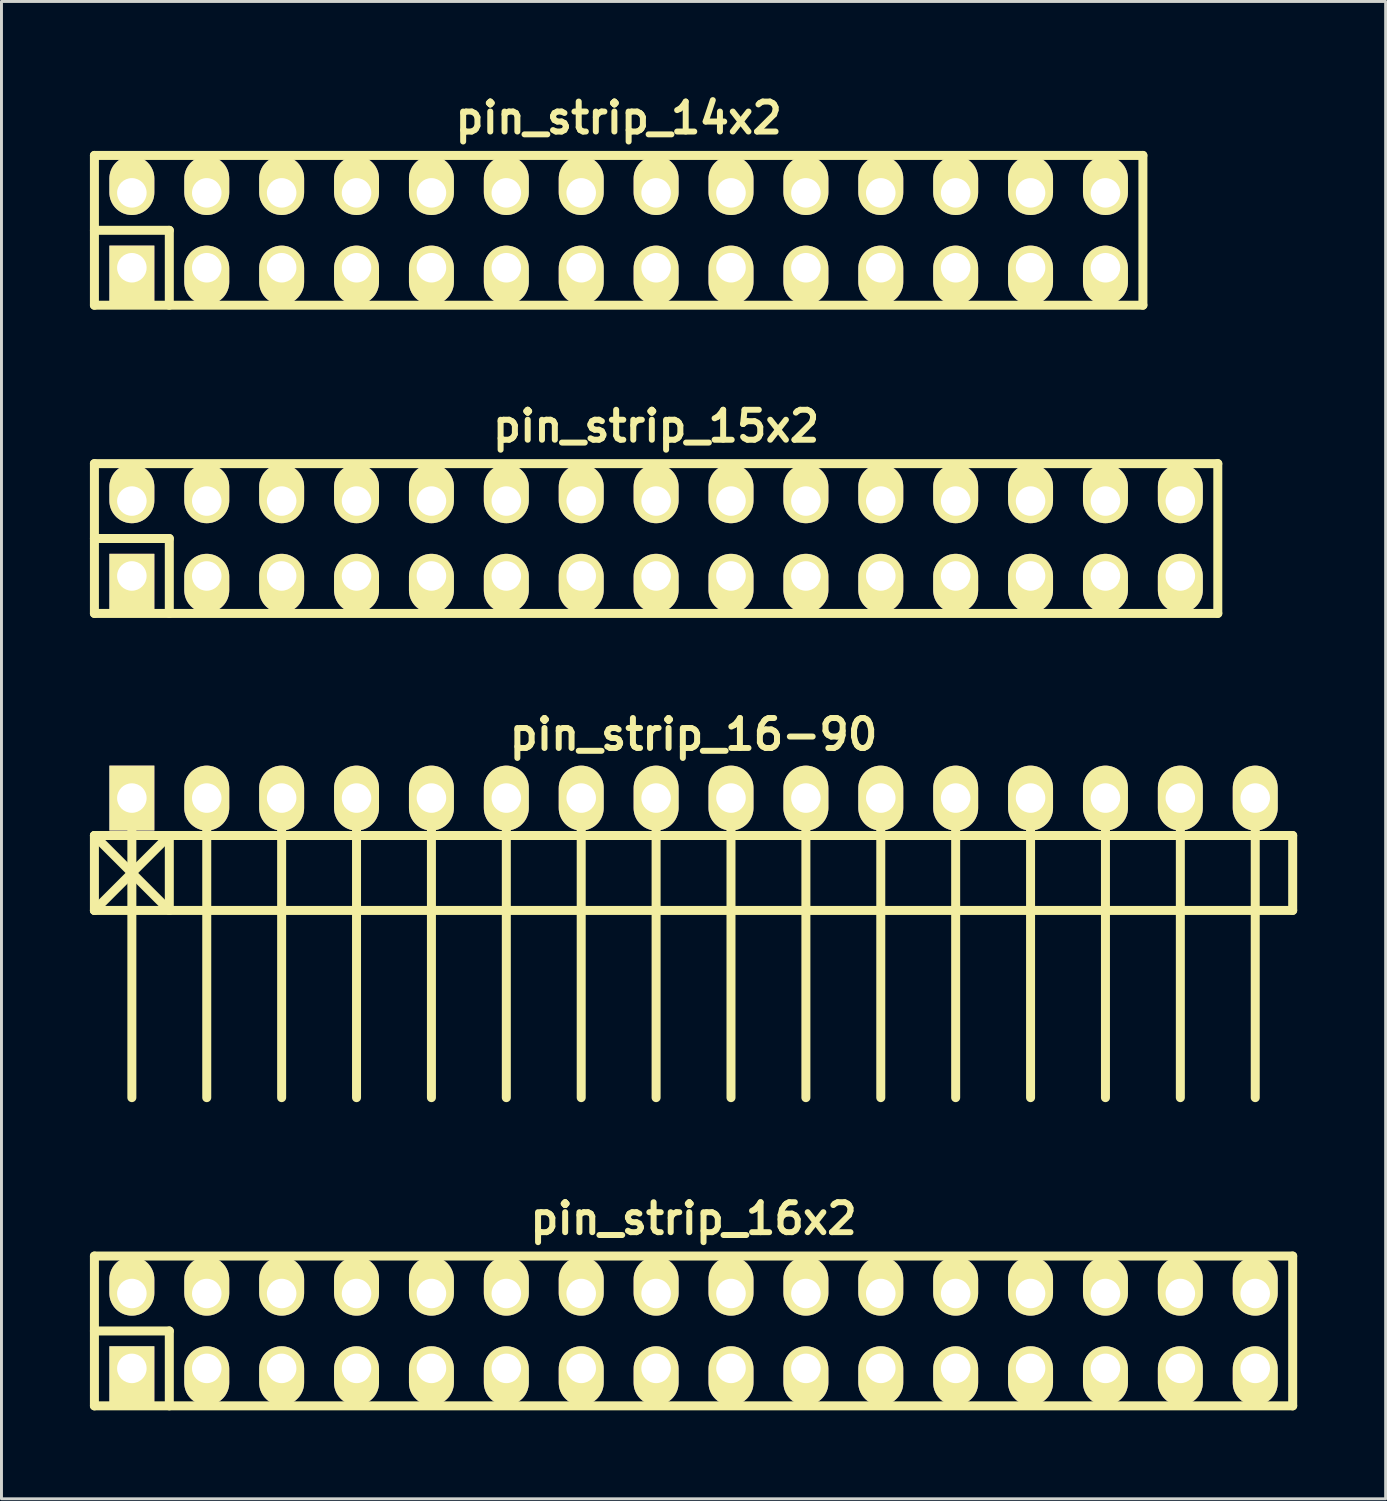
<source format=kicad_pcb>
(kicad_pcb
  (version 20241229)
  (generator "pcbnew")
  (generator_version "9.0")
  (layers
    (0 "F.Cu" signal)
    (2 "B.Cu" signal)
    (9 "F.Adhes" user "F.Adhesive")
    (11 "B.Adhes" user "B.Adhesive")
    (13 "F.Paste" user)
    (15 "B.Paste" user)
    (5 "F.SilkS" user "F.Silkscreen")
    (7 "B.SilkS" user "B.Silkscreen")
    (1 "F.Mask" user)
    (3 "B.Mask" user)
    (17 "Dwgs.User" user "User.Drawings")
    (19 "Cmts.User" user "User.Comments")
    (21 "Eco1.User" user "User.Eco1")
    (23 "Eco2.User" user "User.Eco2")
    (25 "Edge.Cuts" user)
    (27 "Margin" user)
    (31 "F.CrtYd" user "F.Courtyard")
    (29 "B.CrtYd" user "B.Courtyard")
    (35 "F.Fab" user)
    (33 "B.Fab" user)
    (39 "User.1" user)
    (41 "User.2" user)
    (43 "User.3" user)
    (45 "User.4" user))
  (footprint "pin_strip_15x2"
    (layer "F.Cu")
    (at 19.202 15.214)
    (property "Reference" "pin_strip_15x2" (at 0 -3.81 0) (layer "F.SilkS") (effects (font (size 1.016 1.016) (thickness 0.203))))
    (attr through_hole)
    (fp_line (start -19.05 -2.54) (end -19.05 2.54) (stroke (width 0.305) (type solid)) (layer "F.SilkS"))
    (fp_line (start -19.05 -2.54) (end 19.05 -2.54) (stroke (width 0.305) (type solid)) (layer "F.SilkS"))
    (fp_line (start -19.05 0) (end -16.51 0) (stroke (width 0.305) (type solid)) (layer "F.SilkS"))
    (fp_line (start -16.51 0) (end -16.51 2.54) (stroke (width 0.305) (type solid)) (layer "F.SilkS"))
    (fp_line (start 19.05 2.54) (end -19.05 2.54) (stroke (width 0.305) (type solid)) (layer "F.SilkS"))
    (fp_line (start 19.05 2.54) (end 19.05 -2.54) (stroke (width 0.305) (type solid)) (layer "F.SilkS"))
    (pad "1" thru_hole rect (at -17.78 1.27) (size 1.524 1.999) (drill 1.001 (offset 0 0.249)) (layers "*.Cu" "*.Mask" "F.SilkS"))
    (pad "2" thru_hole oval (at -17.78 -1.27) (size 1.524 1.999) (drill 1.001 (offset 0 -0.249)) (layers "*.Cu" "*.Mask" "F.SilkS"))
    (pad "3" thru_hole oval (at -15.24 1.27) (size 1.524 1.999) (drill 1.001 (offset 0 0.249)) (layers "*.Cu" "*.Mask" "F.SilkS"))
    (pad "4" thru_hole oval (at -15.24 -1.27) (size 1.524 1.999) (drill 1.001 (offset 0 -0.249)) (layers "*.Cu" "*.Mask" "F.SilkS"))
    (pad "5" thru_hole oval (at -12.7 1.27) (size 1.524 1.999) (drill 1.001 (offset 0 0.249)) (layers "*.Cu" "*.Mask" "F.SilkS"))
    (pad "6" thru_hole oval (at -12.7 -1.27) (size 1.524 1.999) (drill 1.001 (offset 0 -0.249)) (layers "*.Cu" "*.Mask" "F.SilkS"))
    (pad "7" thru_hole oval (at -10.16 1.27) (size 1.524 1.999) (drill 1.001 (offset 0 0.249)) (layers "*.Cu" "*.Mask" "F.SilkS"))
    (pad "8" thru_hole oval (at -10.16 -1.27) (size 1.524 1.999) (drill 1.001 (offset 0 -0.249)) (layers "*.Cu" "*.Mask" "F.SilkS"))
    (pad "9" thru_hole oval (at -7.62 1.27) (size 1.524 1.999) (drill 1.001 (offset 0 0.249)) (layers "*.Cu" "*.Mask" "F.SilkS"))
    (pad "10" thru_hole oval (at -7.62 -1.27) (size 1.524 1.999) (drill 1.001 (offset 0 -0.249)) (layers "*.Cu" "*.Mask" "F.SilkS"))
    (pad "11" thru_hole oval (at -5.08 1.27) (size 1.524 1.999) (drill 1.001 (offset 0 0.249)) (layers "*.Cu" "*.Mask" "F.SilkS"))
    (pad "12" thru_hole oval (at -5.08 -1.27) (size 1.524 1.999) (drill 1.001 (offset 0 -0.249)) (layers "*.Cu" "*.Mask" "F.SilkS"))
    (pad "13" thru_hole oval (at -2.54 1.27) (size 1.524 1.999) (drill 1.001 (offset 0 0.249)) (layers "*.Cu" "*.Mask" "F.SilkS"))
    (pad "14" thru_hole oval (at -2.54 -1.27) (size 1.524 1.999) (drill 1.001 (offset 0 -0.249)) (layers "*.Cu" "*.Mask" "F.SilkS"))
    (pad "15" thru_hole oval (at 0 1.27) (size 1.524 1.999) (drill 1.001 (offset 0 0.249)) (layers "*.Cu" "*.Mask" "F.SilkS"))
    (pad "16" thru_hole oval (at 0 -1.27) (size 1.524 1.999) (drill 1.001 (offset 0 -0.249)) (layers "*.Cu" "*.Mask" "F.SilkS"))
    (pad "17" thru_hole oval (at 2.54 1.27) (size 1.524 1.999) (drill 1.001 (offset 0 0.249)) (layers "*.Cu" "*.Mask" "F.SilkS"))
    (pad "18" thru_hole oval (at 2.54 -1.27) (size 1.524 1.999) (drill 1.001 (offset 0 -0.249)) (layers "*.Cu" "*.Mask" "F.SilkS"))
    (pad "19" thru_hole oval (at 5.08 1.27) (size 1.524 1.999) (drill 1.001 (offset 0 0.249)) (layers "*.Cu" "*.Mask" "F.SilkS"))
    (pad "20" thru_hole oval (at 5.08 -1.27) (size 1.524 1.999) (drill 1.001 (offset 0 -0.249)) (layers "*.Cu" "*.Mask" "F.SilkS"))
    (pad "21" thru_hole oval (at 7.62 1.27) (size 1.524 1.999) (drill 1.001 (offset 0 0.249)) (layers "*.Cu" "*.Mask" "F.SilkS"))
    (pad "22" thru_hole oval (at 7.62 -1.27) (size 1.524 1.999) (drill 1.001 (offset 0 -0.249)) (layers "*.Cu" "*.Mask" "F.SilkS"))
    (pad "23" thru_hole oval (at 10.16 1.27) (size 1.524 1.999) (drill 1.001 (offset 0 0.249)) (layers "*.Cu" "*.Mask" "F.SilkS"))
    (pad "24" thru_hole oval (at 10.16 -1.27) (size 1.524 1.999) (drill 1.001 (offset 0 -0.249)) (layers "*.Cu" "*.Mask" "F.SilkS"))
    (pad "25" thru_hole oval (at 12.7 1.27) (size 1.524 1.999) (drill 1.001 (offset 0 0.249)) (layers "*.Cu" "*.Mask" "F.SilkS"))
    (pad "26" thru_hole oval (at 12.7 -1.27) (size 1.524 1.999) (drill 1.001 (offset 0 -0.249)) (layers "*.Cu" "*.Mask" "F.SilkS"))
    (pad "27" thru_hole oval (at 15.24 1.27) (size 1.524 1.999) (drill 1.001 (offset 0 0.249)) (layers "*.Cu" "*.Mask" "F.SilkS"))
    (pad "28" thru_hole oval (at 15.24 -1.27) (size 1.524 1.999) (drill 1.001 (offset 0 -0.249)) (layers "*.Cu" "*.Mask" "F.SilkS"))
    (pad "29" thru_hole oval (at 17.78 1.27) (size 1.524 1.999) (drill 1.001 (offset 0 0.249)) (layers "*.Cu" "*.Mask" "F.SilkS"))
    (pad "30" thru_hole oval (at 17.78 -1.27) (size 1.524 1.999) (drill 1.001 (offset 0 -0.249)) (layers "*.Cu" "*.Mask" "F.SilkS")))
  (footprint "pin_strip_16x2"
    (layer "F.Cu")
    (at 20.472 42.09)
    (property "Reference" "pin_strip_16x2" (at 0 -3.81 0) (layer "F.SilkS") (effects (font (size 1.016 1.016) (thickness 0.203))))
    (attr through_hole)
    (fp_line (start -20.32 -2.54) (end -20.32 2.54) (stroke (width 0.305) (type solid)) (layer "F.SilkS"))
    (fp_line (start -20.32 -2.54) (end 20.32 -2.54) (stroke (width 0.305) (type solid)) (layer "F.SilkS"))
    (fp_line (start -20.32 0) (end -17.78 0) (stroke (width 0.305) (type solid)) (layer "F.SilkS"))
    (fp_line (start -17.78 0) (end -17.78 2.54) (stroke (width 0.305) (type solid)) (layer "F.SilkS"))
    (fp_line (start 20.32 2.54) (end -20.32 2.54) (stroke (width 0.305) (type solid)) (layer "F.SilkS"))
    (fp_line (start 20.32 2.54) (end 20.32 -2.54) (stroke (width 0.305) (type solid)) (layer "F.SilkS"))
    (pad "1" thru_hole rect (at -19.05 1.27) (size 1.524 1.999) (drill 1.001 (offset 0 0.249)) (layers "*.Cu" "*.Mask" "F.SilkS"))
    (pad "2" thru_hole oval (at -19.05 -1.27) (size 1.524 1.999) (drill 1.001 (offset 0 -0.249)) (layers "*.Cu" "*.Mask" "F.SilkS"))
    (pad "3" thru_hole oval (at -16.51 1.27) (size 1.524 1.999) (drill 1.001 (offset 0 0.249)) (layers "*.Cu" "*.Mask" "F.SilkS"))
    (pad "4" thru_hole oval (at -16.51 -1.27) (size 1.524 1.999) (drill 1.001 (offset 0 -0.249)) (layers "*.Cu" "*.Mask" "F.SilkS"))
    (pad "5" thru_hole oval (at -13.97 1.27) (size 1.524 1.999) (drill 1.001 (offset 0 0.249)) (layers "*.Cu" "*.Mask" "F.SilkS"))
    (pad "6" thru_hole oval (at -13.97 -1.27) (size 1.524 1.999) (drill 1.001 (offset 0 -0.249)) (layers "*.Cu" "*.Mask" "F.SilkS"))
    (pad "7" thru_hole oval (at -11.43 1.27) (size 1.524 1.999) (drill 1.001 (offset 0 0.249)) (layers "*.Cu" "*.Mask" "F.SilkS"))
    (pad "8" thru_hole oval (at -11.43 -1.27) (size 1.524 1.999) (drill 1.001 (offset 0 -0.249)) (layers "*.Cu" "*.Mask" "F.SilkS"))
    (pad "9" thru_hole oval (at -8.89 1.27) (size 1.524 1.999) (drill 1.001 (offset 0 0.249)) (layers "*.Cu" "*.Mask" "F.SilkS"))
    (pad "10" thru_hole oval (at -8.89 -1.27) (size 1.524 1.999) (drill 1.001 (offset 0 -0.249)) (layers "*.Cu" "*.Mask" "F.SilkS"))
    (pad "11" thru_hole oval (at -6.35 1.27) (size 1.524 1.999) (drill 1.001 (offset 0 0.249)) (layers "*.Cu" "*.Mask" "F.SilkS"))
    (pad "12" thru_hole oval (at -6.35 -1.27) (size 1.524 1.999) (drill 1.001 (offset 0 -0.249)) (layers "*.Cu" "*.Mask" "F.SilkS"))
    (pad "13" thru_hole oval (at -3.81 1.27) (size 1.524 1.999) (drill 1.001 (offset 0 0.249)) (layers "*.Cu" "*.Mask" "F.SilkS"))
    (pad "14" thru_hole oval (at -3.81 -1.27) (size 1.524 1.999) (drill 1.001 (offset 0 -0.249)) (layers "*.Cu" "*.Mask" "F.SilkS"))
    (pad "15" thru_hole oval (at -1.27 1.27) (size 1.524 1.999) (drill 1.001 (offset 0 0.249)) (layers "*.Cu" "*.Mask" "F.SilkS"))
    (pad "16" thru_hole oval (at -1.27 -1.27) (size 1.524 1.999) (drill 1.001 (offset 0 -0.249)) (layers "*.Cu" "*.Mask" "F.SilkS"))
    (pad "17" thru_hole oval (at 1.27 1.27) (size 1.524 1.999) (drill 1.001 (offset 0 0.249)) (layers "*.Cu" "*.Mask" "F.SilkS"))
    (pad "18" thru_hole oval (at 1.27 -1.27) (size 1.524 1.999) (drill 1.001 (offset 0 -0.249)) (layers "*.Cu" "*.Mask" "F.SilkS"))
    (pad "19" thru_hole oval (at 3.81 1.27) (size 1.524 1.999) (drill 1.001 (offset 0 0.249)) (layers "*.Cu" "*.Mask" "F.SilkS"))
    (pad "20" thru_hole oval (at 3.81 -1.27) (size 1.524 1.999) (drill 1.001 (offset 0 -0.249)) (layers "*.Cu" "*.Mask" "F.SilkS"))
    (pad "21" thru_hole oval (at 6.35 1.27) (size 1.524 1.999) (drill 1.001 (offset 0 0.249)) (layers "*.Cu" "*.Mask" "F.SilkS"))
    (pad "22" thru_hole oval (at 6.35 -1.27) (size 1.524 1.999) (drill 1.001 (offset 0 -0.249)) (layers "*.Cu" "*.Mask" "F.SilkS"))
    (pad "23" thru_hole oval (at 8.89 1.27) (size 1.524 1.999) (drill 1.001 (offset 0 0.249)) (layers "*.Cu" "*.Mask" "F.SilkS"))
    (pad "24" thru_hole oval (at 8.89 -1.27) (size 1.524 1.999) (drill 1.001 (offset 0 -0.249)) (layers "*.Cu" "*.Mask" "F.SilkS"))
    (pad "25" thru_hole oval (at 11.43 1.27) (size 1.524 1.999) (drill 1.001 (offset 0 0.249)) (layers "*.Cu" "*.Mask" "F.SilkS"))
    (pad "26" thru_hole oval (at 11.43 -1.27) (size 1.524 1.999) (drill 1.001 (offset 0 -0.249)) (layers "*.Cu" "*.Mask" "F.SilkS"))
    (pad "27" thru_hole oval (at 13.97 1.27) (size 1.524 1.999) (drill 1.001 (offset 0 0.249)) (layers "*.Cu" "*.Mask" "F.SilkS"))
    (pad "28" thru_hole oval (at 13.97 -1.27) (size 1.524 1.999) (drill 1.001 (offset 0 -0.249)) (layers "*.Cu" "*.Mask" "F.SilkS"))
    (pad "29" thru_hole oval (at 16.51 1.27) (size 1.524 1.999) (drill 1.001 (offset 0 0.249)) (layers "*.Cu" "*.Mask" "F.SilkS"))
    (pad "30" thru_hole oval (at 16.51 -1.27) (size 1.524 1.999) (drill 1.001 (offset 0 -0.249)) (layers "*.Cu" "*.Mask" "F.SilkS"))
    (pad "31" thru_hole oval (at 19.05 1.27) (size 1.524 1.999) (drill 1.001 (offset 0 0.249)) (layers "*.Cu" "*.Mask" "F.SilkS"))
    (pad "32" thru_hole oval (at 19.05 -1.27) (size 1.524 1.999) (drill 1.001 (offset 0 -0.249)) (layers "*.Cu" "*.Mask" "F.SilkS")))
  (footprint "pin_strip_16-90"
    (layer "F.Cu")
    (at 20.472 24.017)
    (property "Reference" "pin_strip_16-90" (at 0 -2.159 0) (layer "F.SilkS") (effects (font (size 1.016 1.016) (thickness 0.203))))
    (attr through_hole)
    (fp_line (start -20.32 1.27) (end 20.32 1.27) (stroke (width 0.305) (type solid)) (layer "F.SilkS"))
    (fp_line (start -20.32 3.81) (end -20.32 1.27) (stroke (width 0.305) (type solid)) (layer "F.SilkS"))
    (fp_line (start -20.32 3.81) (end -17.78 1.27) (stroke (width 0.305) (type solid)) (layer "F.SilkS"))
    (fp_line (start -19.05 0) (end -19.05 10.16) (stroke (width 0.305) (type solid)) (layer "F.SilkS"))
    (fp_line (start -17.78 1.27) (end -17.78 3.81) (stroke (width 0.305) (type solid)) (layer "F.SilkS"))
    (fp_line (start -17.78 3.81) (end -20.32 1.27) (stroke (width 0.305) (type solid)) (layer "F.SilkS"))
    (fp_line (start -16.51 0) (end -16.51 10.16) (stroke (width 0.305) (type solid)) (layer "F.SilkS"))
    (fp_line (start -13.97 10.16) (end -13.97 0) (stroke (width 0.305) (type solid)) (layer "F.SilkS"))
    (fp_line (start -11.43 0) (end -11.43 10.16) (stroke (width 0.305) (type solid)) (layer "F.SilkS"))
    (fp_line (start -8.89 0) (end -8.89 10.16) (stroke (width 0.305) (type solid)) (layer "F.SilkS"))
    (fp_line (start -6.35 0) (end -6.35 10.16) (stroke (width 0.305) (type solid)) (layer "F.SilkS"))
    (fp_line (start -3.81 0) (end -3.81 10.16) (stroke (width 0.305) (type solid)) (layer "F.SilkS"))
    (fp_line (start -1.27 0) (end -1.27 10.16) (stroke (width 0.305) (type solid)) (layer "F.SilkS"))
    (fp_line (start 1.27 0) (end 1.27 10.16) (stroke (width 0.305) (type solid)) (layer "F.SilkS"))
    (fp_line (start 3.81 0) (end 3.81 10.16) (stroke (width 0.305) (type solid)) (layer "F.SilkS"))
    (fp_line (start 6.35 0) (end 6.35 10.16) (stroke (width 0.305) (type solid)) (layer "F.SilkS"))
    (fp_line (start 8.89 0) (end 8.89 10.16) (stroke (width 0.305) (type solid)) (layer "F.SilkS"))
    (fp_line (start 11.43 10.16) (end 11.43 0) (stroke (width 0.305) (type solid)) (layer "F.SilkS"))
    (fp_line (start 13.97 0) (end 13.97 10.16) (stroke (width 0.305) (type solid)) (layer "F.SilkS"))
    (fp_line (start 16.51 0) (end 16.51 10.16) (stroke (width 0.305) (type solid)) (layer "F.SilkS"))
    (fp_line (start 19.05 0) (end 19.05 10.16) (stroke (width 0.305) (type solid)) (layer "F.SilkS"))
    (fp_line (start 20.32 1.27) (end 20.32 3.81) (stroke (width 0.305) (type solid)) (layer "F.SilkS"))
    (fp_line (start 20.32 3.81) (end -20.32 3.81) (stroke (width 0.305) (type solid)) (layer "F.SilkS"))
    (pad "1" thru_hole rect (at -19.05 0) (size 1.524 2.2) (drill 1.001) (layers "*.Cu" "*.Mask" "F.SilkS"))
    (pad "2" thru_hole oval (at -16.51 0) (size 1.524 2.2) (drill 1.001) (layers "*.Cu" "*.Mask" "F.SilkS"))
    (pad "3" thru_hole oval (at -13.97 0) (size 1.524 2.2) (drill 1.001) (layers "*.Cu" "*.Mask" "F.SilkS"))
    (pad "4" thru_hole oval (at -11.43 0) (size 1.524 2.2) (drill 1.001) (layers "*.Cu" "*.Mask" "F.SilkS"))
    (pad "5" thru_hole oval (at -8.89 0) (size 1.524 2.2) (drill 1.001) (layers "*.Cu" "*.Mask" "F.SilkS"))
    (pad "6" thru_hole oval (at -6.35 0) (size 1.524 2.2) (drill 1.001) (layers "*.Cu" "*.Mask" "F.SilkS"))
    (pad "7" thru_hole oval (at -3.81 0) (size 1.524 2.2) (drill 1.001) (layers "*.Cu" "*.Mask" "F.SilkS"))
    (pad "8" thru_hole oval (at -1.27 0) (size 1.524 2.2) (drill 1.001) (layers "*.Cu" "*.Mask" "F.SilkS"))
    (pad "9" thru_hole oval (at 1.27 0) (size 1.524 2.2) (drill 1.001) (layers "*.Cu" "*.Mask" "F.SilkS"))
    (pad "10" thru_hole oval (at 3.81 0) (size 1.524 2.2) (drill 1.001) (layers "*.Cu" "*.Mask" "F.SilkS"))
    (pad "11" thru_hole oval (at 6.35 0) (size 1.524 2.2) (drill 1.001) (layers "*.Cu" "*.Mask" "F.SilkS"))
    (pad "12" thru_hole oval (at 8.89 0) (size 1.524 2.2) (drill 1.001) (layers "*.Cu" "*.Mask" "F.SilkS"))
    (pad "13" thru_hole oval (at 11.43 0) (size 1.524 2.2) (drill 1.001) (layers "*.Cu" "*.Mask" "F.SilkS"))
    (pad "14" thru_hole oval (at 13.97 0) (size 1.524 2.2) (drill 1.001) (layers "*.Cu" "*.Mask" "F.SilkS"))
    (pad "15" thru_hole oval (at 16.51 0) (size 1.524 2.2) (drill 1.001) (layers "*.Cu" "*.Mask" "F.SilkS"))
    (pad "16" thru_hole oval (at 19.05 0) (size 1.524 2.2) (drill 1.001) (layers "*.Cu" "*.Mask" "F.SilkS")))
  (footprint "pin_strip_14x2"
    (layer "F.Cu")
    (at 17.932 4.761)
    (property "Reference" "pin_strip_14x2" (at 0 -3.81 0) (layer "F.SilkS") (effects (font (size 1.016 1.016) (thickness 0.203))))
    (attr through_hole)
    (fp_line (start -17.78 -2.54) (end -17.78 2.54) (stroke (width 0.305) (type solid)) (layer "F.SilkS"))
    (fp_line (start -17.78 -2.54) (end 17.78 -2.54) (stroke (width 0.305) (type solid)) (layer "F.SilkS"))
    (fp_line (start -17.78 0) (end -15.24 0) (stroke (width 0.305) (type solid)) (layer "F.SilkS"))
    (fp_line (start -15.24 0) (end -15.24 2.54) (stroke (width 0.305) (type solid)) (layer "F.SilkS"))
    (fp_line (start 17.78 2.54) (end -17.78 2.54) (stroke (width 0.305) (type solid)) (layer "F.SilkS"))
    (fp_line (start 17.78 2.54) (end 17.78 -2.54) (stroke (width 0.305) (type solid)) (layer "F.SilkS"))
    (pad "1" thru_hole rect (at -16.51 1.27) (size 1.524 1.999) (drill 1.001 (offset 0 0.249)) (layers "*.Cu" "*.Mask" "F.SilkS"))
    (pad "2" thru_hole oval (at -16.51 -1.27) (size 1.524 1.999) (drill 1.001 (offset 0 -0.249)) (layers "*.Cu" "*.Mask" "F.SilkS"))
    (pad "3" thru_hole oval (at -13.97 1.27) (size 1.524 1.999) (drill 1.001 (offset 0 0.249)) (layers "*.Cu" "*.Mask" "F.SilkS"))
    (pad "4" thru_hole oval (at -13.97 -1.27) (size 1.524 1.999) (drill 1.001 (offset 0 -0.249)) (layers "*.Cu" "*.Mask" "F.SilkS"))
    (pad "5" thru_hole oval (at -11.43 1.27) (size 1.524 1.999) (drill 1.001 (offset 0 0.249)) (layers "*.Cu" "*.Mask" "F.SilkS"))
    (pad "6" thru_hole oval (at -11.43 -1.27) (size 1.524 1.999) (drill 1.001 (offset 0 -0.249)) (layers "*.Cu" "*.Mask" "F.SilkS"))
    (pad "7" thru_hole oval (at -8.89 1.27) (size 1.524 1.999) (drill 1.001 (offset 0 0.249)) (layers "*.Cu" "*.Mask" "F.SilkS"))
    (pad "8" thru_hole oval (at -8.89 -1.27) (size 1.524 1.999) (drill 1.001 (offset 0 -0.249)) (layers "*.Cu" "*.Mask" "F.SilkS"))
    (pad "9" thru_hole oval (at -6.35 1.27) (size 1.524 1.999) (drill 1.001 (offset 0 0.249)) (layers "*.Cu" "*.Mask" "F.SilkS"))
    (pad "10" thru_hole oval (at -6.35 -1.27) (size 1.524 1.999) (drill 1.001 (offset 0 -0.249)) (layers "*.Cu" "*.Mask" "F.SilkS"))
    (pad "11" thru_hole oval (at -3.81 1.27) (size 1.524 1.999) (drill 1.001 (offset 0 0.249)) (layers "*.Cu" "*.Mask" "F.SilkS"))
    (pad "12" thru_hole oval (at -3.81 -1.27) (size 1.524 1.999) (drill 1.001 (offset 0 -0.249)) (layers "*.Cu" "*.Mask" "F.SilkS"))
    (pad "13" thru_hole oval (at -1.27 1.27) (size 1.524 1.999) (drill 1.001 (offset 0 0.249)) (layers "*.Cu" "*.Mask" "F.SilkS"))
    (pad "14" thru_hole oval (at -1.27 -1.27) (size 1.524 1.999) (drill 1.001 (offset 0 -0.249)) (layers "*.Cu" "*.Mask" "F.SilkS"))
    (pad "15" thru_hole oval (at 1.27 1.27) (size 1.524 1.999) (drill 1.001 (offset 0 0.249)) (layers "*.Cu" "*.Mask" "F.SilkS"))
    (pad "16" thru_hole oval (at 1.27 -1.27) (size 1.524 1.999) (drill 1.001 (offset 0 -0.249)) (layers "*.Cu" "*.Mask" "F.SilkS"))
    (pad "17" thru_hole oval (at 3.81 1.27) (size 1.524 1.999) (drill 1.001 (offset 0 0.249)) (layers "*.Cu" "*.Mask" "F.SilkS"))
    (pad "18" thru_hole oval (at 3.81 -1.27) (size 1.524 1.999) (drill 1.001 (offset 0 -0.249)) (layers "*.Cu" "*.Mask" "F.SilkS"))
    (pad "19" thru_hole oval (at 6.35 1.27) (size 1.524 1.999) (drill 1.001 (offset 0 0.249)) (layers "*.Cu" "*.Mask" "F.SilkS"))
    (pad "20" thru_hole oval (at 6.35 -1.27) (size 1.524 1.999) (drill 1.001 (offset 0 -0.249)) (layers "*.Cu" "*.Mask" "F.SilkS"))
    (pad "21" thru_hole oval (at 8.89 1.27) (size 1.524 1.999) (drill 1.001 (offset 0 0.249)) (layers "*.Cu" "*.Mask" "F.SilkS"))
    (pad "22" thru_hole oval (at 8.89 -1.27) (size 1.524 1.999) (drill 1.001 (offset 0 -0.249)) (layers "*.Cu" "*.Mask" "F.SilkS"))
    (pad "23" thru_hole oval (at 11.43 1.27) (size 1.524 1.999) (drill 1.001 (offset 0 0.249)) (layers "*.Cu" "*.Mask" "F.SilkS"))
    (pad "24" thru_hole oval (at 11.43 -1.27) (size 1.524 1.999) (drill 1.001 (offset 0 -0.249)) (layers "*.Cu" "*.Mask" "F.SilkS"))
    (pad "25" thru_hole oval (at 13.97 1.27) (size 1.524 1.999) (drill 1.001 (offset 0 0.249)) (layers "*.Cu" "*.Mask" "F.SilkS"))
    (pad "26" thru_hole oval (at 13.97 -1.27) (size 1.524 1.999) (drill 1.001 (offset 0 -0.249)) (layers "*.Cu" "*.Mask" "F.SilkS"))
    (pad "27" thru_hole oval (at 16.51 1.27) (size 1.524 1.999) (drill 1.001 (offset 0 0.249)) (layers "*.Cu" "*.Mask" "F.SilkS"))
    (pad "28" thru_hole oval (at 16.51 -1.27) (size 1.524 1.999) (drill 1.001 (offset 0 -0.249)) (layers "*.Cu" "*.Mask" "F.SilkS")))
  (gr_rect
    (start -3 -3)
    (end 43.945 47.783)
    (stroke (width 0.1) (type default))
    (fill no)
    (layer "Edge.Cuts")))
</source>
